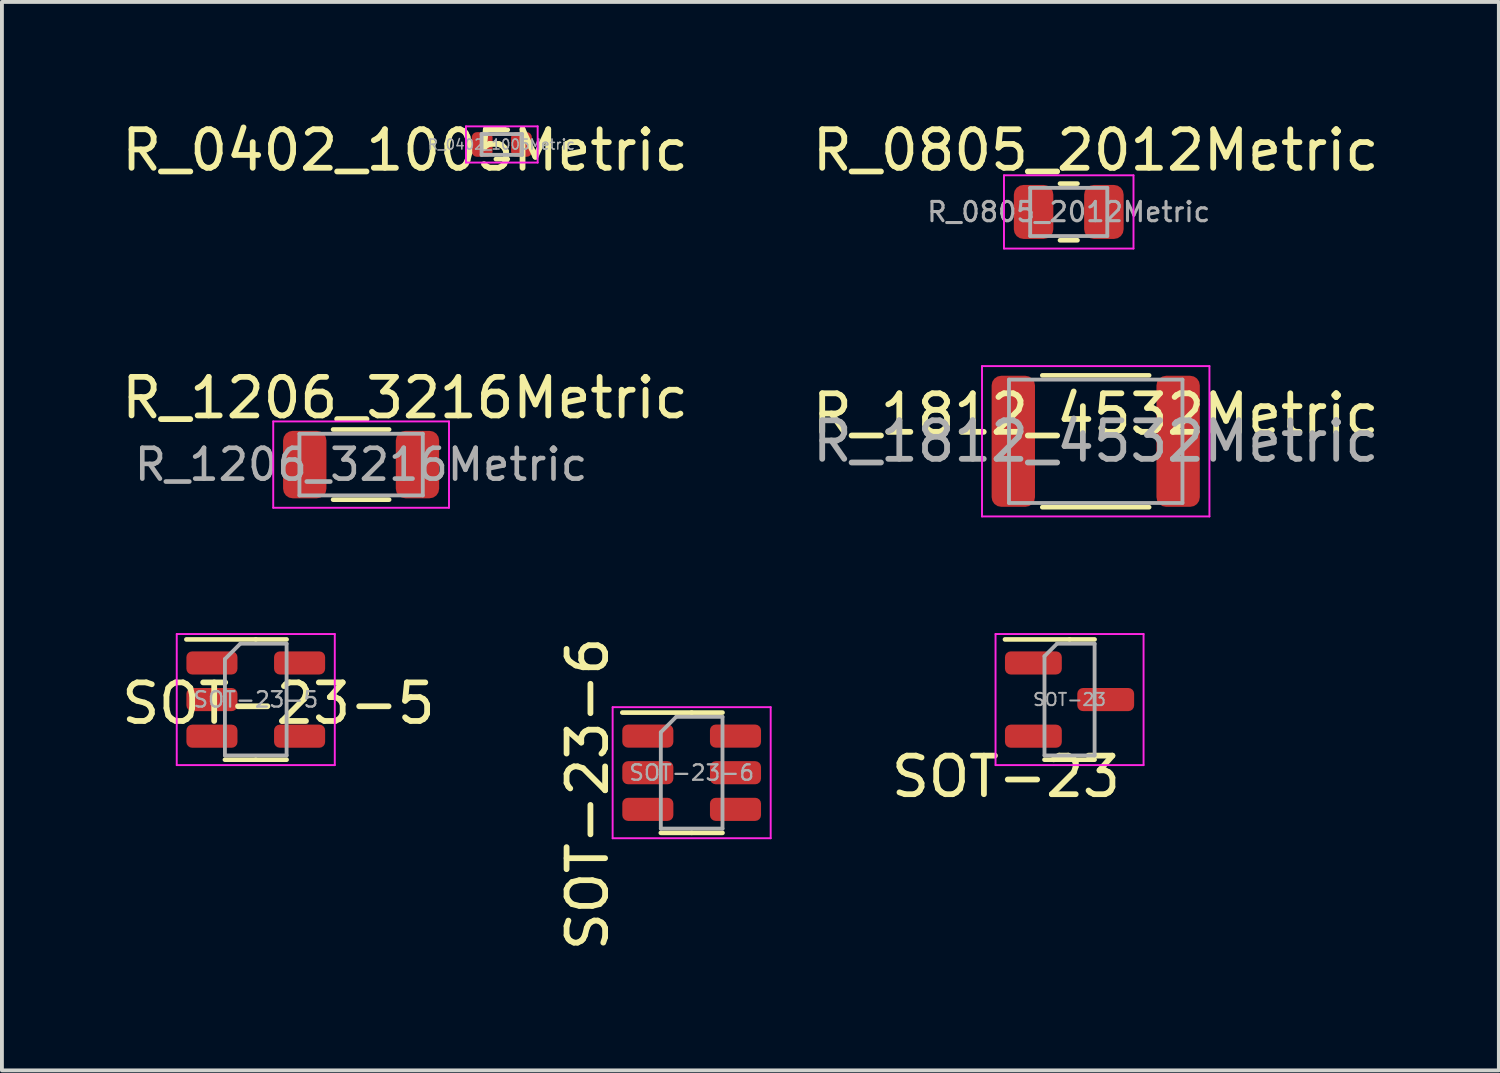
<source format=kicad_pcb>
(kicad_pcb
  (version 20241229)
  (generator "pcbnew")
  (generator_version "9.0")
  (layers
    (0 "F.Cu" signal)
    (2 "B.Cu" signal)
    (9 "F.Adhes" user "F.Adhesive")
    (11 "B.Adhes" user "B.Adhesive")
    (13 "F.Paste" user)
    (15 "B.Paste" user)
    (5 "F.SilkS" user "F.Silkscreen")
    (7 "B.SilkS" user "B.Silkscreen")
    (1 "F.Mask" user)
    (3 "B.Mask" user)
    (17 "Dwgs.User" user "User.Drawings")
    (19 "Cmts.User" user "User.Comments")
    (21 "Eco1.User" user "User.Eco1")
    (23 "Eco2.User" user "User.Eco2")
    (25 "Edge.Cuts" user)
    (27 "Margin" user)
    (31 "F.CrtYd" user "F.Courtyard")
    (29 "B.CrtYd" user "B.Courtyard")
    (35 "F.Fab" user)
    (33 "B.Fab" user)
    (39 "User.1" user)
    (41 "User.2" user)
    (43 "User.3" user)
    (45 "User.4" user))
  (footprint "R_0402_1005Metric"
    (layer "F.Cu")
    (at 9.968 0.698)
    (property "Reference" "R_0402_1005Metric" (at -2.51 0.15 0) (layer "F.SilkS") (effects (font (size 1 1) (thickness 0.15))))
    (attr smd)
    (fp_line (start -0.154 -0.38) (end 0.154 -0.38) (stroke (width 0.12) (type solid)) (layer "F.SilkS"))
    (fp_line (start -0.154 0.38) (end 0.154 0.38) (stroke (width 0.12) (type solid)) (layer "F.SilkS"))
    (fp_line (start -0.93 -0.47) (end 0.93 -0.47) (stroke (width 0.05) (type solid)) (layer "F.CrtYd"))
    (fp_line (start -0.93 0.47) (end -0.93 -0.47) (stroke (width 0.05) (type solid)) (layer "F.CrtYd"))
    (fp_line (start 0.93 -0.47) (end 0.93 0.47) (stroke (width 0.05) (type solid)) (layer "F.CrtYd"))
    (fp_line (start 0.93 0.47) (end -0.93 0.47) (stroke (width 0.05) (type solid)) (layer "F.CrtYd"))
    (fp_line (start -0.525 -0.27) (end 0.525 -0.27) (stroke (width 0.1) (type solid)) (layer "F.Fab"))
    (fp_line (start -0.525 0.27) (end -0.525 -0.27) (stroke (width 0.1) (type solid)) (layer "F.Fab"))
    (fp_line (start 0.525 -0.27) (end 0.525 0.27) (stroke (width 0.1) (type solid)) (layer "F.Fab"))
    (fp_line (start 0.525 0.27) (end -0.525 0.27) (stroke (width 0.1) (type solid)) (layer "F.Fab"))
    (fp_text user "${REFERENCE}" (at -0.01 0 0) (layer "F.Fab") (effects (font (size 0.26 0.26) (thickness 0.04))))
    (pad "1" smd roundrect (at -0.51 0) (size 0.54 0.64) (layers "F.Cu" "F.Mask" "F.Paste") (roundrect_rratio 0.25))
    (pad "2" smd roundrect (at 0.51 0) (size 0.54 0.64) (layers "F.Cu" "F.Mask" "F.Paste") (roundrect_rratio 0.25)))
  (footprint "R_1812_4532Metric"
    (layer "F.Cu")
    (at 25.375 8.398)
    (property "Reference" "R_1812_4532Metric" (at 0 -0.7 0) (layer "F.SilkS") (effects (font (size 1 1) (thickness 0.15))))
    (attr smd)
    (fp_line (start -1.386 -1.71) (end 1.386 -1.71) (stroke (width 0.12) (type solid)) (layer "F.SilkS"))
    (fp_line (start -1.386 1.71) (end 1.386 1.71) (stroke (width 0.12) (type solid)) (layer "F.SilkS"))
    (fp_line (start -2.95 -1.95) (end 2.95 -1.95) (stroke (width 0.05) (type solid)) (layer "F.CrtYd"))
    (fp_line (start -2.95 1.95) (end -2.95 -1.95) (stroke (width 0.05) (type solid)) (layer "F.CrtYd"))
    (fp_line (start 2.95 -1.95) (end 2.95 1.95) (stroke (width 0.05) (type solid)) (layer "F.CrtYd"))
    (fp_line (start 2.95 1.95) (end -2.95 1.95) (stroke (width 0.05) (type solid)) (layer "F.CrtYd"))
    (fp_line (start -2.25 -1.6) (end 2.25 -1.6) (stroke (width 0.1) (type solid)) (layer "F.Fab"))
    (fp_line (start -2.25 1.6) (end -2.25 -1.6) (stroke (width 0.1) (type solid)) (layer "F.Fab"))
    (fp_line (start 2.25 -1.6) (end 2.25 1.6) (stroke (width 0.1) (type solid)) (layer "F.Fab"))
    (fp_line (start 2.25 1.6) (end -2.25 1.6) (stroke (width 0.1) (type solid)) (layer "F.Fab"))
    (fp_text user "${REFERENCE}" (at 0 0 0) (layer "F.Fab") (effects (font (size 1 1) (thickness 0.15))))
    (pad "1" smd roundrect (at -2.138 0) (size 1.125 3.4) (layers "F.Cu" "F.Mask" "F.Paste") (roundrect_rratio 0.222))
    (pad "2" smd roundrect (at 2.138 0) (size 1.125 3.4) (layers "F.Cu" "F.Mask" "F.Paste") (roundrect_rratio 0.222)))
  (footprint "SOT-23-6"
    (layer "F.Cu")
    (at 14.893 16.996)
    (property "Reference" "SOT-23-6" (at -2.7 0.55 90) (layer "F.SilkS") (effects (font (size 1 1) (thickness 0.15))))
    (attr smd)
    (fp_line (start 0 -1.56) (end -1.8 -1.56) (stroke (width 0.12) (type solid)) (layer "F.SilkS"))
    (fp_line (start 0 -1.56) (end 0.8 -1.56) (stroke (width 0.12) (type solid)) (layer "F.SilkS"))
    (fp_line (start 0 1.56) (end -0.8 1.56) (stroke (width 0.12) (type solid)) (layer "F.SilkS"))
    (fp_line (start 0 1.56) (end 0.8 1.56) (stroke (width 0.12) (type solid)) (layer "F.SilkS"))
    (fp_line (start -2.05 -1.7) (end -2.05 1.7) (stroke (width 0.05) (type solid)) (layer "F.CrtYd"))
    (fp_line (start -2.05 1.7) (end 2.05 1.7) (stroke (width 0.05) (type solid)) (layer "F.CrtYd"))
    (fp_line (start 2.05 -1.7) (end -2.05 -1.7) (stroke (width 0.05) (type solid)) (layer "F.CrtYd"))
    (fp_line (start 2.05 1.7) (end 2.05 -1.7) (stroke (width 0.05) (type solid)) (layer "F.CrtYd"))
    (fp_line (start -0.8 -1.05) (end -0.4 -1.45) (stroke (width 0.1) (type solid)) (layer "F.Fab"))
    (fp_line (start -0.8 1.45) (end -0.8 -1.05) (stroke (width 0.1) (type solid)) (layer "F.Fab"))
    (fp_line (start -0.4 -1.45) (end 0.8 -1.45) (stroke (width 0.1) (type solid)) (layer "F.Fab"))
    (fp_line (start 0.8 -1.45) (end 0.8 1.45) (stroke (width 0.1) (type solid)) (layer "F.Fab"))
    (fp_line (start 0.8 1.45) (end -0.8 1.45) (stroke (width 0.1) (type solid)) (layer "F.Fab"))
    (fp_text user "${REFERENCE}" (at 0 0 0) (layer "F.Fab") (effects (font (size 0.4 0.4) (thickness 0.06))))
    (pad "1" smd roundrect (at -1.137 -0.95) (size 1.325 0.6) (layers "F.Cu" "F.Mask" "F.Paste") (roundrect_rratio 0.25))
    (pad "2" smd roundrect (at -1.137 0) (size 1.325 0.6) (layers "F.Cu" "F.Mask" "F.Paste") (roundrect_rratio 0.25))
    (pad "3" smd roundrect (at -1.137 0.95) (size 1.325 0.6) (layers "F.Cu" "F.Mask" "F.Paste") (roundrect_rratio 0.25))
    (pad "4" smd roundrect (at 1.137 0.95) (size 1.325 0.6) (layers "F.Cu" "F.Mask" "F.Paste") (roundrect_rratio 0.25))
    (pad "5" smd roundrect (at 1.137 0) (size 1.325 0.6) (layers "F.Cu" "F.Mask" "F.Paste") (roundrect_rratio 0.25))
    (pad "6" smd roundrect (at 1.137 -0.95) (size 1.325 0.6) (layers "F.Cu" "F.Mask" "F.Paste") (roundrect_rratio 0.25)))
  (footprint "SOT-23"
    (layer "F.Cu")
    (at 24.696 15.098)
    (property "Reference" "SOT-23" (at -1.65 2 180) (layer "F.SilkS") (effects (font (size 1 1) (thickness 0.15))))
    (attr smd)
    (fp_line (start 0 -1.56) (end -1.675 -1.56) (stroke (width 0.12) (type solid)) (layer "F.SilkS"))
    (fp_line (start 0 -1.56) (end 0.65 -1.56) (stroke (width 0.12) (type solid)) (layer "F.SilkS"))
    (fp_line (start 0 1.56) (end -0.65 1.56) (stroke (width 0.12) (type solid)) (layer "F.SilkS"))
    (fp_line (start 0 1.56) (end 0.65 1.56) (stroke (width 0.12) (type solid)) (layer "F.SilkS"))
    (fp_line (start -1.92 -1.7) (end -1.92 1.7) (stroke (width 0.05) (type solid)) (layer "F.CrtYd"))
    (fp_line (start -1.92 1.7) (end 1.92 1.7) (stroke (width 0.05) (type solid)) (layer "F.CrtYd"))
    (fp_line (start 1.92 -1.7) (end -1.92 -1.7) (stroke (width 0.05) (type solid)) (layer "F.CrtYd"))
    (fp_line (start 1.92 1.7) (end 1.92 -1.7) (stroke (width 0.05) (type solid)) (layer "F.CrtYd"))
    (fp_line (start -0.65 -1.125) (end -0.325 -1.45) (stroke (width 0.1) (type solid)) (layer "F.Fab"))
    (fp_line (start -0.65 1.45) (end -0.65 -1.125) (stroke (width 0.1) (type solid)) (layer "F.Fab"))
    (fp_line (start -0.325 -1.45) (end 0.65 -1.45) (stroke (width 0.1) (type solid)) (layer "F.Fab"))
    (fp_line (start 0.65 -1.45) (end 0.65 1.45) (stroke (width 0.1) (type solid)) (layer "F.Fab"))
    (fp_line (start 0.65 1.45) (end -0.65 1.45) (stroke (width 0.1) (type solid)) (layer "F.Fab"))
    (fp_text user "${REFERENCE}" (at 0 0 180) (layer "F.Fab") (effects (font (size 0.32 0.32) (thickness 0.05))))
    (pad "1" smd roundrect (at -0.938 -0.95) (size 1.475 0.6) (layers "F.Cu" "F.Mask" "F.Paste") (roundrect_rratio 0.25))
    (pad "2" smd roundrect (at -0.938 0.95) (size 1.475 0.6) (layers "F.Cu" "F.Mask" "F.Paste") (roundrect_rratio 0.25))
    (pad "3" smd roundrect (at 0.938 0) (size 1.475 0.6) (layers "F.Cu" "F.Mask" "F.Paste") (roundrect_rratio 0.25)))
  (footprint "SOT-23-5"
    (layer "F.Cu")
    (at 3.585 15.098)
    (property "Reference" "SOT-23-5" (at 0.588 0.1 0) (layer "F.SilkS") (effects (font (size 1 1) (thickness 0.15))))
    (attr smd)
    (fp_line (start 0 -1.56) (end -1.8 -1.56) (stroke (width 0.12) (type solid)) (layer "F.SilkS"))
    (fp_line (start 0 -1.56) (end 0.8 -1.56) (stroke (width 0.12) (type solid)) (layer "F.SilkS"))
    (fp_line (start 0 1.56) (end -0.8 1.56) (stroke (width 0.12) (type solid)) (layer "F.SilkS"))
    (fp_line (start 0 1.56) (end 0.8 1.56) (stroke (width 0.12) (type solid)) (layer "F.SilkS"))
    (fp_line (start -2.05 -1.7) (end -2.05 1.7) (stroke (width 0.05) (type solid)) (layer "F.CrtYd"))
    (fp_line (start -2.05 1.7) (end 2.05 1.7) (stroke (width 0.05) (type solid)) (layer "F.CrtYd"))
    (fp_line (start 2.05 -1.7) (end -2.05 -1.7) (stroke (width 0.05) (type solid)) (layer "F.CrtYd"))
    (fp_line (start 2.05 1.7) (end 2.05 -1.7) (stroke (width 0.05) (type solid)) (layer "F.CrtYd"))
    (fp_line (start -0.8 -1.05) (end -0.4 -1.45) (stroke (width 0.1) (type solid)) (layer "F.Fab"))
    (fp_line (start -0.8 1.45) (end -0.8 -1.05) (stroke (width 0.1) (type solid)) (layer "F.Fab"))
    (fp_line (start -0.4 -1.45) (end 0.8 -1.45) (stroke (width 0.1) (type solid)) (layer "F.Fab"))
    (fp_line (start 0.8 -1.45) (end 0.8 1.45) (stroke (width 0.1) (type solid)) (layer "F.Fab"))
    (fp_line (start 0.8 1.45) (end -0.8 1.45) (stroke (width 0.1) (type solid)) (layer "F.Fab"))
    (fp_text user "${REFERENCE}" (at 0 0 0) (layer "F.Fab") (effects (font (size 0.4 0.4) (thickness 0.06))))
    (pad "1" smd roundrect (at -1.137 -0.95) (size 1.325 0.6) (layers "F.Cu" "F.Mask" "F.Paste") (roundrect_rratio 0.25))
    (pad "2" smd roundrect (at -1.137 0) (size 1.325 0.6) (layers "F.Cu" "F.Mask" "F.Paste") (roundrect_rratio 0.25))
    (pad "3" smd roundrect (at -1.137 0.95) (size 1.325 0.6) (layers "F.Cu" "F.Mask" "F.Paste") (roundrect_rratio 0.25))
    (pad "4" smd roundrect (at 1.137 0.95) (size 1.325 0.6) (layers "F.Cu" "F.Mask" "F.Paste") (roundrect_rratio 0.25))
    (pad "5" smd roundrect (at 1.137 -0.95) (size 1.325 0.6) (layers "F.Cu" "F.Mask" "F.Paste") (roundrect_rratio 0.25)))
  (footprint "R_0805_2012Metric"
    (layer "F.Cu")
    (at 24.675 2.448)
    (property "Reference" "R_0805_2012Metric" (at 0.7 -1.6 180) (layer "F.SilkS") (effects (font (size 1 1) (thickness 0.15))))
    (attr smd)
    (fp_line (start -0.227 -0.735) (end 0.227 -0.735) (stroke (width 0.12) (type solid)) (layer "F.SilkS"))
    (fp_line (start -0.227 0.735) (end 0.227 0.735) (stroke (width 0.12) (type solid)) (layer "F.SilkS"))
    (fp_line (start -1.68 -0.95) (end 1.68 -0.95) (stroke (width 0.05) (type solid)) (layer "F.CrtYd"))
    (fp_line (start -1.68 0.95) (end -1.68 -0.95) (stroke (width 0.05) (type solid)) (layer "F.CrtYd"))
    (fp_line (start 1.68 -0.95) (end 1.68 0.95) (stroke (width 0.05) (type solid)) (layer "F.CrtYd"))
    (fp_line (start 1.68 0.95) (end -1.68 0.95) (stroke (width 0.05) (type solid)) (layer "F.CrtYd"))
    (fp_line (start -1 -0.625) (end 1 -0.625) (stroke (width 0.1) (type solid)) (layer "F.Fab"))
    (fp_line (start -1 0.625) (end -1 -0.625) (stroke (width 0.1) (type solid)) (layer "F.Fab"))
    (fp_line (start 1 -0.625) (end 1 0.625) (stroke (width 0.1) (type solid)) (layer "F.Fab"))
    (fp_line (start 1 0.625) (end -1 0.625) (stroke (width 0.1) (type solid)) (layer "F.Fab"))
    (fp_text user "${REFERENCE}" (at 0 0 180) (layer "F.Fab") (effects (font (size 0.5 0.5) (thickness 0.08))))
    (pad "1" smd roundrect (at -0.912 0) (size 1.025 1.4) (layers "F.Cu" "F.Mask" "F.Paste") (roundrect_rratio 0.244))
    (pad "2" smd roundrect (at 0.912 0) (size 1.025 1.4) (layers "F.Cu" "F.Mask" "F.Paste") (roundrect_rratio 0.244)))
  (footprint "R_1206_3216Metric"
    (layer "F.Cu")
    (at 6.318 9.002)
    (property "Reference" "R_1206_3216Metric" (at 1.14 -1.73 0) (layer "F.SilkS") (effects (font (size 1 1) (thickness 0.15))))
    (attr smd)
    (fp_line (start -0.727 -0.91) (end 0.727 -0.91) (stroke (width 0.12) (type solid)) (layer "F.SilkS"))
    (fp_line (start -0.727 0.91) (end 0.727 0.91) (stroke (width 0.12) (type solid)) (layer "F.SilkS"))
    (fp_line (start -2.28 -1.12) (end 2.28 -1.12) (stroke (width 0.05) (type solid)) (layer "F.CrtYd"))
    (fp_line (start -2.28 1.12) (end -2.28 -1.12) (stroke (width 0.05) (type solid)) (layer "F.CrtYd"))
    (fp_line (start 2.28 -1.12) (end 2.28 1.12) (stroke (width 0.05) (type solid)) (layer "F.CrtYd"))
    (fp_line (start 2.28 1.12) (end -2.28 1.12) (stroke (width 0.05) (type solid)) (layer "F.CrtYd"))
    (fp_line (start -1.6 -0.8) (end 1.6 -0.8) (stroke (width 0.1) (type solid)) (layer "F.Fab"))
    (fp_line (start -1.6 0.8) (end -1.6 -0.8) (stroke (width 0.1) (type solid)) (layer "F.Fab"))
    (fp_line (start 1.6 -0.8) (end 1.6 0.8) (stroke (width 0.1) (type solid)) (layer "F.Fab"))
    (fp_line (start 1.6 0.8) (end -1.6 0.8) (stroke (width 0.1) (type solid)) (layer "F.Fab"))
    (fp_text user "${REFERENCE}" (at 0 0 0) (layer "F.Fab") (effects (font (size 0.8 0.8) (thickness 0.12))))
    (pad "1" smd roundrect (at -1.462 0) (size 1.125 1.75) (layers "F.Cu" "F.Mask" "F.Paste") (roundrect_rratio 0.222))
    (pad "2" smd roundrect (at 1.462 0) (size 1.125 1.75) (layers "F.Cu" "F.Mask" "F.Paste") (roundrect_rratio 0.222)))
  (gr_rect
    (start -3 -3)
    (end 35.833 24.718)
    (stroke (width 0.1) (type default))
    (fill no)
    (layer "Edge.Cuts")))
</source>
